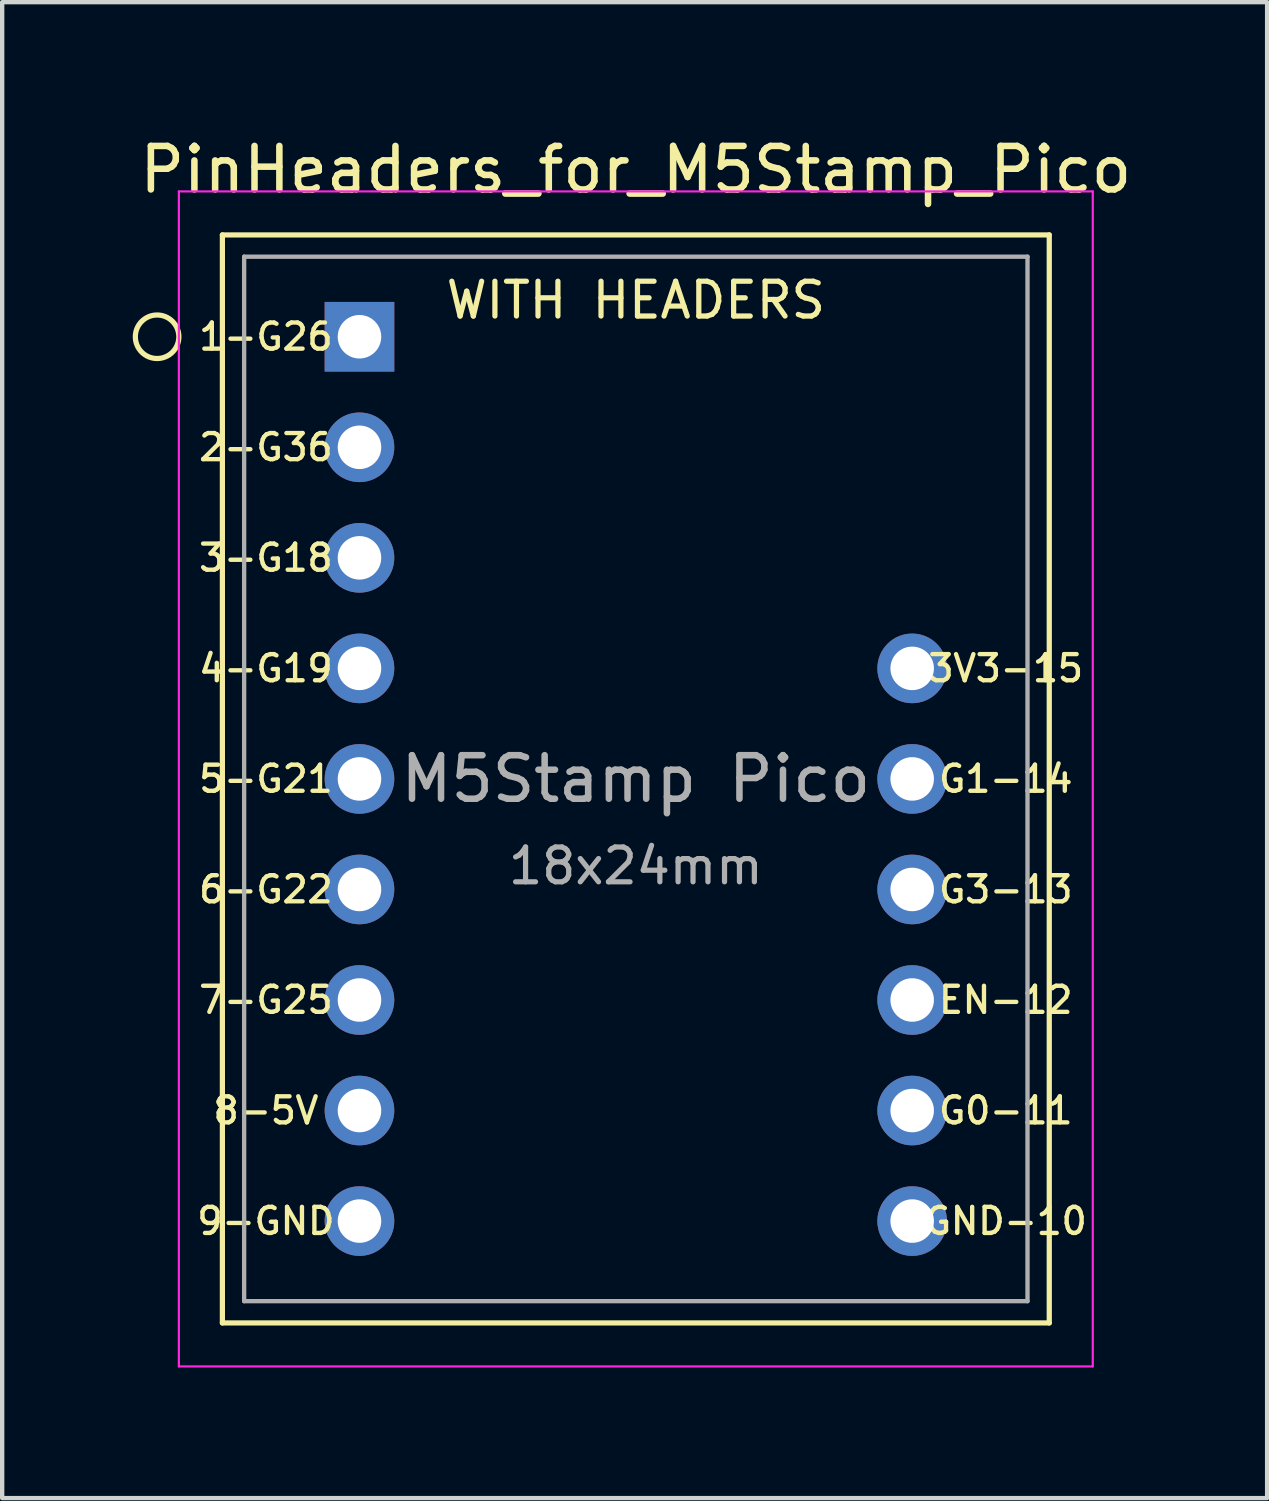
<source format=kicad_pcb>
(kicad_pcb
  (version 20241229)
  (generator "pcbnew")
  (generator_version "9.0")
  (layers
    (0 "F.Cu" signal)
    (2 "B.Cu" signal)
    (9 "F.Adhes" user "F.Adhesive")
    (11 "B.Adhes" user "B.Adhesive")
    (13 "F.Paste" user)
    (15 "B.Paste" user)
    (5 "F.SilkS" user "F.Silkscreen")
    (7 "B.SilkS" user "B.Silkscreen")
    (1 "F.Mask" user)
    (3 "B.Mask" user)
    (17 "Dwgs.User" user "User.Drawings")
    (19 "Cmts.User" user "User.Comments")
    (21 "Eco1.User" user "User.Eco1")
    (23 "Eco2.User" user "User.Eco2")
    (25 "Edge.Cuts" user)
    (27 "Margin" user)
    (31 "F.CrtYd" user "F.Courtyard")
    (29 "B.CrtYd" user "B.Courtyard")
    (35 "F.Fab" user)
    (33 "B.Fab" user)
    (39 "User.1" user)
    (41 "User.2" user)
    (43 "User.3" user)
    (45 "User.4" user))
  (footprint "PinHeaders_for_M5Stamp_Pico"
    (layer "F.Cu")
    (at 11.56 14.848)
    (property "Reference" "PinHeaders_for_M5Stamp_Pico" (at 0 -14 0) (layer "F.SilkS") (effects (font (size 1 1) (thickness 0.15))))
    (attr through_hole)
    (fp_line (start -9.5 -12.5) (end 9.5 -12.5) (stroke (width 0.12) (type solid)) (layer "F.SilkS"))
    (fp_line (start -9.5 12.5) (end -9.5 -12.5) (stroke (width 0.12) (type solid)) (layer "F.SilkS"))
    (fp_line (start 9.5 -12.5) (end 9.5 12.5) (stroke (width 0.12) (type solid)) (layer "F.SilkS"))
    (fp_line (start 9.5 12.5) (end -9.5 12.5) (stroke (width 0.12) (type solid)) (layer "F.SilkS"))
    (fp_circle (center -11 -10.16) (end -10.5 -10.16) (stroke (width 0.12) (type solid)) (fill no) (layer "F.SilkS"))
    (fp_line (start -10.5 -13.5) (end 10.5 -13.5) (stroke (width 0.05) (type solid)) (layer "F.CrtYd"))
    (fp_line (start -10.5 13.5) (end -10.5 -13.5) (stroke (width 0.05) (type solid)) (layer "F.CrtYd"))
    (fp_line (start 10.5 -13.5) (end 10.5 13.5) (stroke (width 0.05) (type solid)) (layer "F.CrtYd"))
    (fp_line (start 10.5 13.5) (end -10.5 13.5) (stroke (width 0.05) (type solid)) (layer "F.CrtYd"))
    (fp_line (start -9 -12) (end 9 -12) (stroke (width 0.1) (type solid)) (layer "F.Fab"))
    (fp_line (start -9 12) (end -9 -12) (stroke (width 0.1) (type solid)) (layer "F.Fab"))
    (fp_line (start 9 -12) (end 9 12) (stroke (width 0.1) (type solid)) (layer "F.Fab"))
    (fp_line (start 9 12) (end -9 12) (stroke (width 0.1) (type solid)) (layer "F.Fab"))
    (fp_text user "4-G19" (at -8.5 -2.54 0) (layer "F.SilkS") (effects (font (size 0.6 0.6) (thickness 0.1))))
    (fp_text user "8-5V" (at -8.5 7.62 0) (layer "F.SilkS") (effects (font (size 0.6 0.6) (thickness 0.1))))
    (fp_text user "6-G22" (at -8.5 2.54 0) (layer "F.SilkS") (effects (font (size 0.6 0.6) (thickness 0.1))))
    (fp_text user "G3-13" (at 8.5 2.54 0) (layer "F.SilkS") (effects (font (size 0.6 0.6) (thickness 0.1))))
    (fp_text user "7-G25" (at -8.5 5.08 0) (layer "F.SilkS") (effects (font (size 0.6 0.6) (thickness 0.1))))
    (fp_text user "EN-12" (at 8.5 5.08 0) (layer "F.SilkS") (effects (font (size 0.6 0.6) (thickness 0.1))))
    (fp_text user "1-G26" (at -8.5 -10.16 0) (layer "F.SilkS") (effects (font (size 0.6 0.6) (thickness 0.1))))
    (fp_text user "9-GND" (at -8.5 10.16 0) (layer "F.SilkS") (effects (font (size 0.6 0.6) (thickness 0.1))))
    (fp_text user "G0-11" (at 8.5 7.62 0) (layer "F.SilkS") (effects (font (size 0.6 0.6) (thickness 0.1))))
    (fp_text user "3-G18" (at -8.5 -5.08 0) (layer "F.SilkS") (effects (font (size 0.6 0.6) (thickness 0.1))))
    (fp_text user "G1-14" (at 8.5 0 0) (layer "F.SilkS") (effects (font (size 0.6 0.6) (thickness 0.1))))
    (fp_text user "2-G36" (at -8.5 -7.62 0) (layer "F.SilkS") (effects (font (size 0.6 0.6) (thickness 0.1))))
    (fp_text user "5-G21" (at -8.5 0 0) (layer "F.SilkS") (effects (font (size 0.6 0.6) (thickness 0.1))))
    (fp_text user "GND-10" (at 8.5 10.16 0) (layer "F.SilkS") (effects (font (size 0.6 0.6) (thickness 0.1))))
    (fp_text user "3V3-15" (at 8.5 -2.54 0) (layer "F.SilkS") (effects (font (size 0.6 0.6) (thickness 0.1))))
    (fp_text user "WITH HEADERS" (at 0 -11 0) (layer "F.SilkS") (effects (font (size 0.8 0.8) (thickness 0.12))))
    (fp_text user "18x24mm" (at 0 2 0) (layer "F.Fab") (effects (font (size 0.8 0.8) (thickness 0.12))))
    (fp_text user "M5Stamp Pico" (at 0 0 0) (layer "F.Fab") (effects (font (size 1 1) (thickness 0.15))))
    (pad "1" thru_hole rect (at -6.35 -10.16) (size 1.6 1.6) (drill 1) (layers "*.Cu" "*.Mask"))
    (pad "2" thru_hole circle (at -6.35 -7.62) (size 1.6 1.6) (drill 1) (layers "*.Cu" "*.Mask"))
    (pad "3" thru_hole circle (at -6.35 -5.08) (size 1.6 1.6) (drill 1) (layers "*.Cu" "*.Mask"))
    (pad "4" thru_hole circle (at -6.35 -2.54) (size 1.6 1.6) (drill 1) (layers "*.Cu" "*.Mask"))
    (pad "5" thru_hole circle (at -6.35 0) (size 1.6 1.6) (drill 1) (layers "*.Cu" "*.Mask"))
    (pad "6" thru_hole circle (at -6.35 2.54) (size 1.6 1.6) (drill 1) (layers "*.Cu" "*.Mask"))
    (pad "7" thru_hole circle (at -6.35 5.08) (size 1.6 1.6) (drill 1) (layers "*.Cu" "*.Mask"))
    (pad "8" thru_hole circle (at -6.35 7.62) (size 1.6 1.6) (drill 1) (layers "*.Cu" "*.Mask"))
    (pad "9" thru_hole circle (at -6.35 10.16) (size 1.6 1.6) (drill 1) (layers "*.Cu" "*.Mask"))
    (pad "10" thru_hole circle (at 6.35 10.16) (size 1.6 1.6) (drill 1) (layers "*.Cu" "*.Mask"))
    (pad "11" thru_hole circle (at 6.35 7.62) (size 1.6 1.6) (drill 1) (layers "*.Cu" "*.Mask"))
    (pad "12" thru_hole circle (at 6.35 5.08) (size 1.6 1.6) (drill 1) (layers "*.Cu" "*.Mask"))
    (pad "13" thru_hole circle (at 6.35 2.54) (size 1.6 1.6) (drill 1) (layers "*.Cu" "*.Mask"))
    (pad "14" thru_hole circle (at 6.35 0) (size 1.6 1.6) (drill 1) (layers "*.Cu" "*.Mask"))
    (pad "15" thru_hole circle (at 6.35 -2.54) (size 1.6 1.6) (drill 1) (layers "*.Cu" "*.Mask")))
  (gr_rect
    (start -3 -3)
    (end 26.066 31.373)
    (stroke (width 0.1) (type default))
    (fill no)
    (layer "Edge.Cuts")))
</source>
